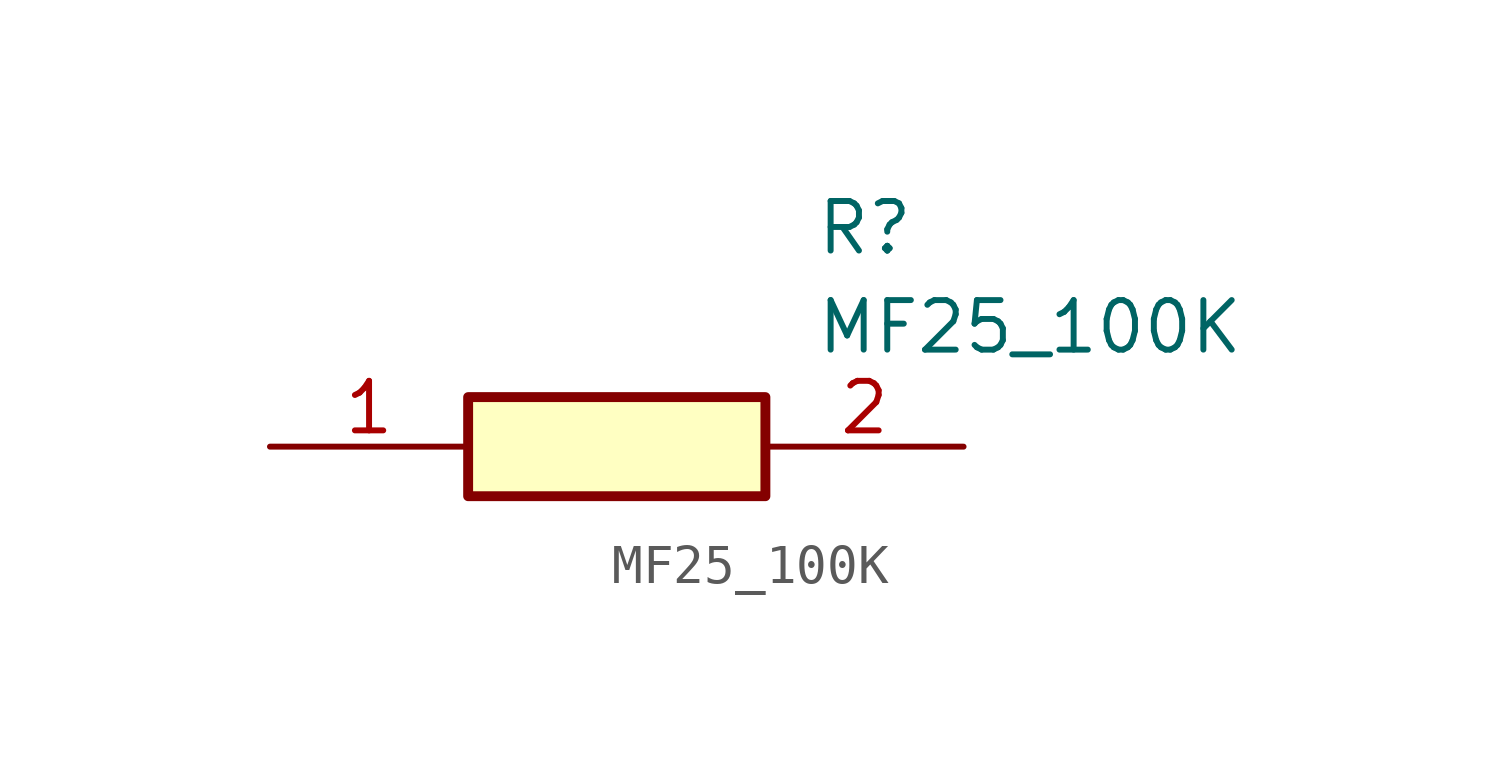
<source format=kicad_sym>
(kicad_symbol_lib
  (version 20211014)
  (generator SamacSys_ECAD_Model)
  (symbol "MF25_100K"
    (pin_names hide)
    (property "Reference" "R"
      (at 13.97 6.35 0)
      (effects (font (size 1.27 1.27)) (justify left top)))
    (property "Value" "MF25_100K"
      (at 13.97 3.81 0)
      (effects (font (size 1.27 1.27)) (justify left top)))
    (rectangle
      (start 5.08 1.27)
      (end 12.7 -1.27)
      (stroke (width 0.254) (type default))
      (fill (type background)))
    (pin passive line
      (at 0 0 0)
      (length 5.08)
      (name "1" (effects (font (size 1.27 1.27))))
      (number "1" (effects (font (size 1.27 1.27)))))
    (pin passive line
      (at 17.78 0 180)
      (length 5.08)
      (name "2" (effects (font (size 1.27 1.27))))
      (number "2" (effects (font (size 1.27 1.27)))))))
</source>
